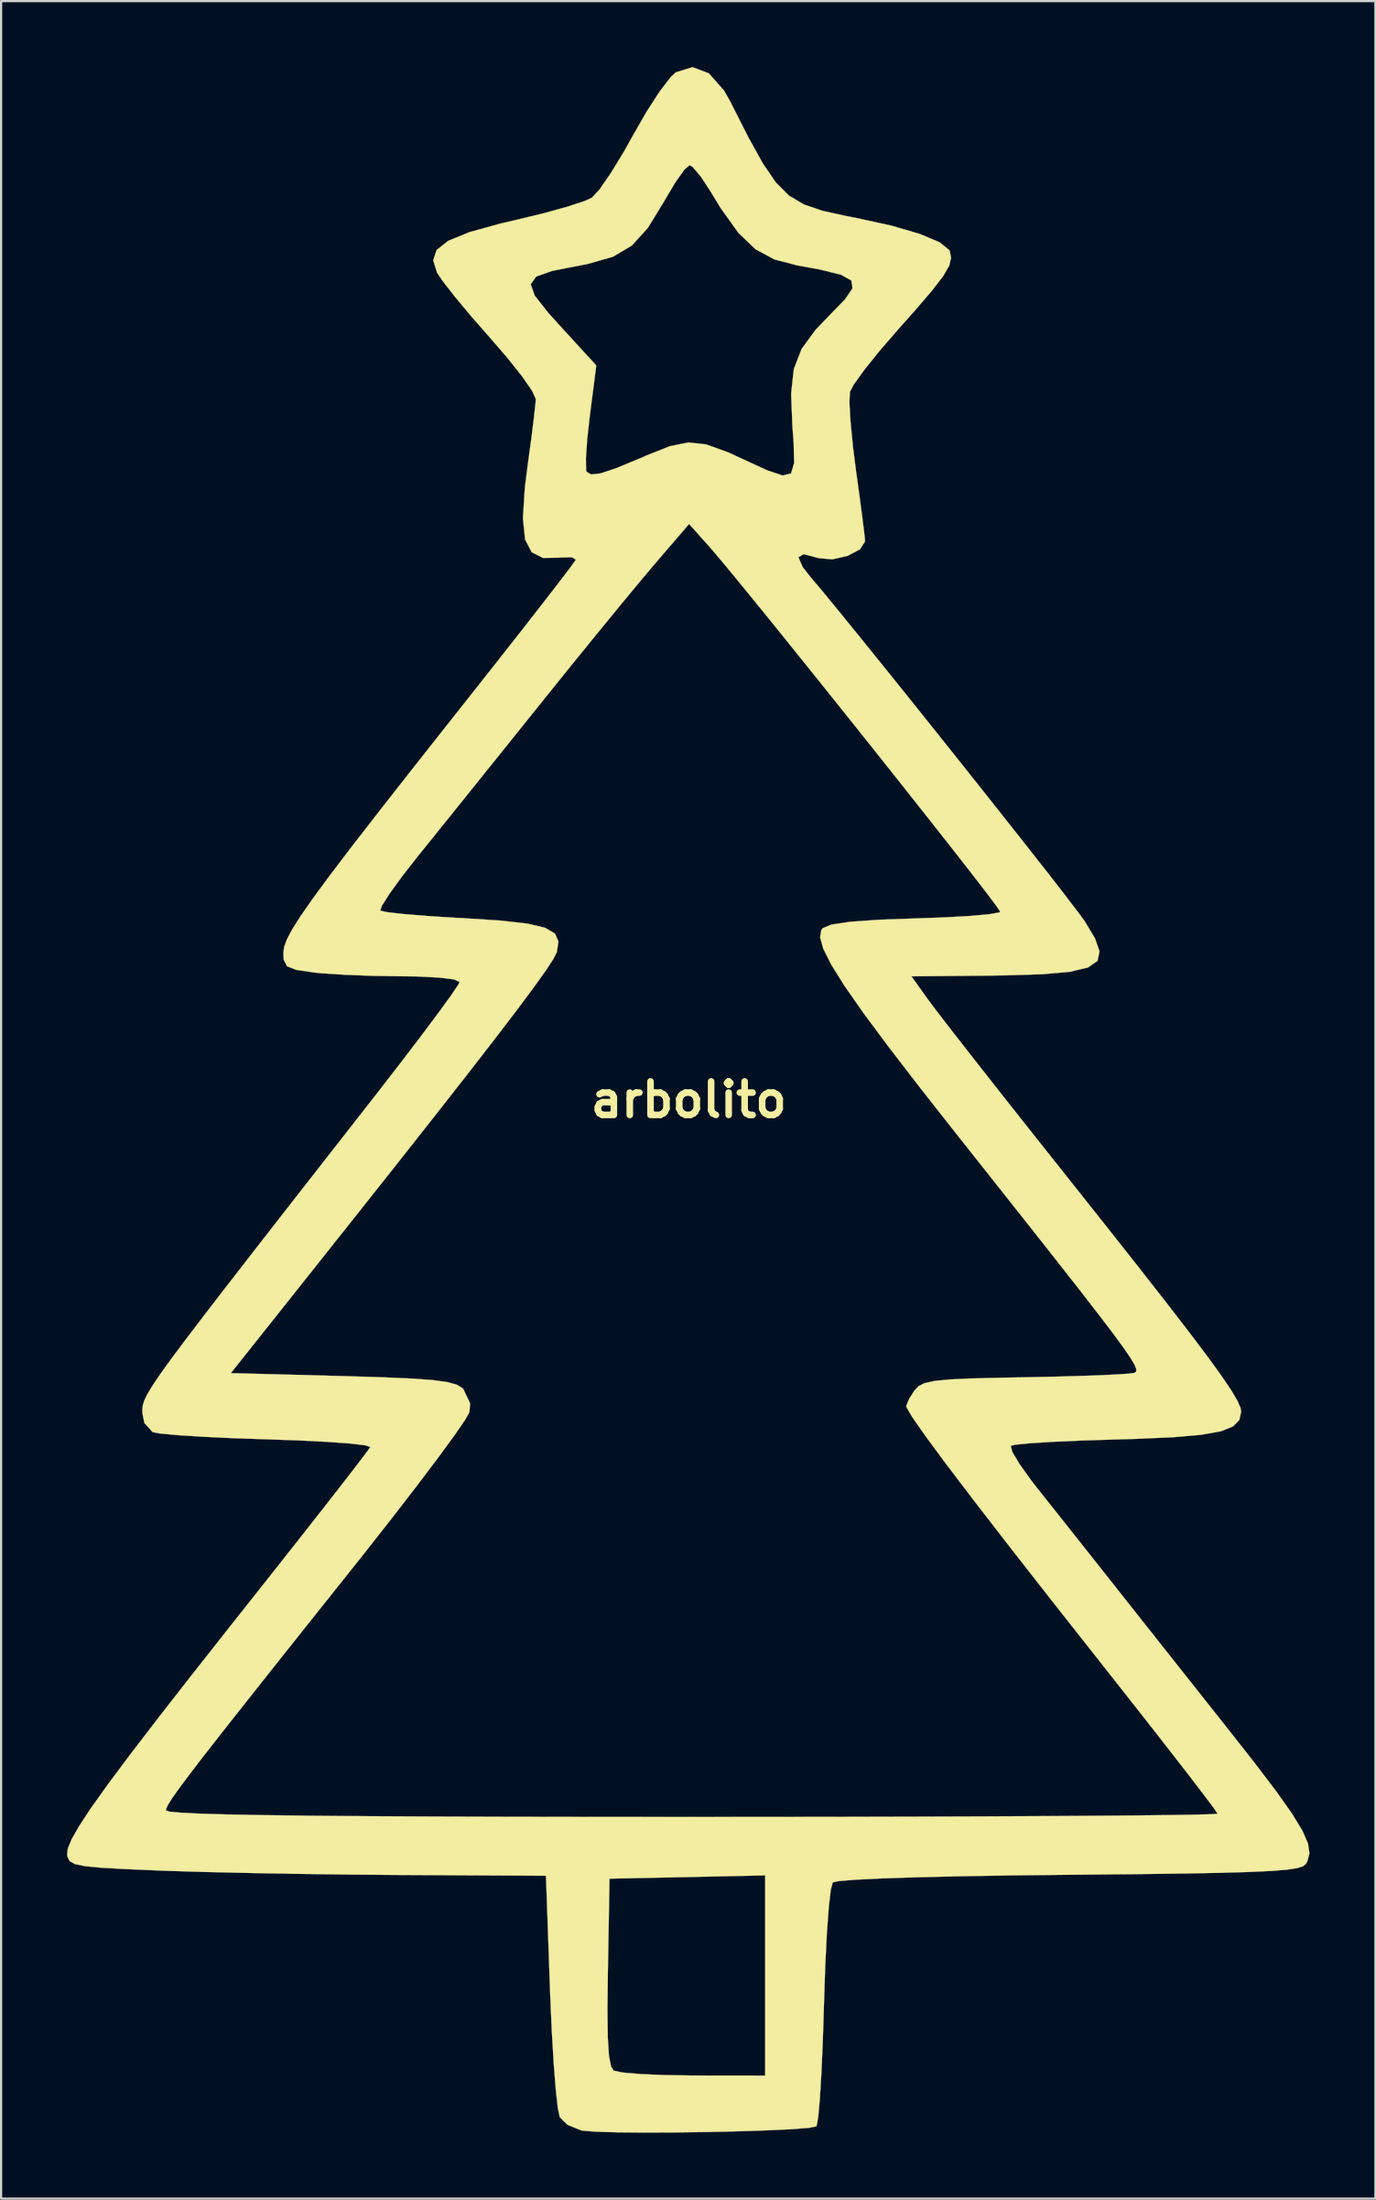
<source format=kicad_pcb>
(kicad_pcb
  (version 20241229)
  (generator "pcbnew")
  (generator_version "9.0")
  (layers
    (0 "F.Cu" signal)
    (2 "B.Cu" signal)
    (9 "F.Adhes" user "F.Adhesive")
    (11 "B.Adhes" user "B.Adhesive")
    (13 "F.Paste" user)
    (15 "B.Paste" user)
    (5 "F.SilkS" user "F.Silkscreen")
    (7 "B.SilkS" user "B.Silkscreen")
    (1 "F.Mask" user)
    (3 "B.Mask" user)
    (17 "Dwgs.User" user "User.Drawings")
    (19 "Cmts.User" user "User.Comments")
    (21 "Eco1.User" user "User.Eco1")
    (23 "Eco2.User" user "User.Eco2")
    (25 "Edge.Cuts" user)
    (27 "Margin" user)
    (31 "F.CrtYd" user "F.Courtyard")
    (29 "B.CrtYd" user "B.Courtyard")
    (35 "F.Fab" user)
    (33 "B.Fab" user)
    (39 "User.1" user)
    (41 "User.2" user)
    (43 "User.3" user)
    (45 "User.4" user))
  (footprint "arbolito"
    (layer "F.Cu")
    (at 28.292 46.97)
    (property "Reference" "arbolito" (at 0 0 0) (layer "F.SilkS") (effects (font (size 1.524 1.524) (thickness 0.3))))
    (attr through_hole)
    (fp_poly (pts (xy 0.913 -46.683) (xy 1.607 -45.896) (xy 1.888 -45.396) (xy 2.704 -43.786) (xy 3.369 -42.586) (xy 3.96 -41.723) (xy 4.557 -41.125) (xy 5.239 -40.719) (xy 6.084 -40.432) (xy 7.17 -40.192) (xy 7.62 -40.106) (xy 9.224 -39.756) (xy 10.51 -39.38) (xy 11.41 -39.001) (xy 11.854 -38.643) (xy 11.874 -38.602) (xy 11.935 -38.297) (xy 11.853 -37.944) (xy 11.58 -37.471) (xy 11.068 -36.805) (xy 10.27 -35.875) (xy 9.51 -35.022) (xy 8.679 -34.062) (xy 7.984 -33.197) (xy 7.506 -32.531) (xy 7.33 -32.199) (xy 7.307 -31.718) (xy 7.357 -30.842) (xy 7.469 -29.702) (xy 7.603 -28.647) (xy 7.77 -27.427) (xy 7.906 -26.399) (xy 7.994 -25.68) (xy 8.021 -25.398) (xy 7.788 -25.035) (xy 7.223 -24.738) (xy 6.531 -24.58) (xy 5.915 -24.634) (xy 5.905 -24.638) (xy 5.23 -24.815) (xy 4.987 -24.679) (xy 5.178 -24.233) (xy 5.531 -23.783) (xy 6.096 -23.111) (xy 6.907 -22.124) (xy 7.915 -20.884) (xy 9.071 -19.452) (xy 10.326 -17.89) (xy 11.63 -16.259) (xy 12.935 -14.621) (xy 14.192 -13.037) (xy 15.352 -11.569) (xy 16.366 -10.278) (xy 17.184 -9.225) (xy 17.758 -8.472) (xy 18.023 -8.107) (xy 18.483 -7.339) (xy 18.689 -6.751) (xy 18.597 -6.318) (xy 18.164 -6.017) (xy 17.346 -5.822) (xy 16.099 -5.71) (xy 14.379 -5.657) (xy 13.552 -5.646) (xy 10.127 -5.615) (xy 10.944 -4.478) (xy 11.317 -3.983) (xy 11.973 -3.133) (xy 12.865 -1.991) (xy 13.942 -0.621) (xy 15.155 0.915) (xy 16.454 2.553) (xy 16.869 3.075) (xy 18.797 5.502) (xy 20.414 7.548) (xy 21.744 9.247) (xy 22.812 10.631) (xy 23.643 11.734) (xy 24.263 12.592) (xy 24.697 13.236) (xy 24.969 13.701) (xy 25.105 14.02) (xy 25.133 14.184) (xy 25.049 14.566) (xy 24.759 14.859) (xy 24.203 15.079) (xy 23.319 15.237) (xy 22.049 15.348) (xy 20.332 15.424) (xy 19.384 15.451) (xy 17.876 15.498) (xy 16.556 15.557) (xy 15.517 15.623) (xy 14.851 15.69) (xy 14.649 15.739) (xy 14.717 16.012) (xy 15.061 16.587) (xy 15.616 17.359) (xy 15.852 17.662) (xy 16.555 18.546) (xy 17.476 19.707) (xy 18.503 21.003) (xy 19.522 22.291) (xy 19.652 22.455) (xy 20.797 23.903) (xy 22.095 25.542) (xy 23.38 27.163) (xy 24.407 28.458) (xy 25.725 30.133) (xy 26.73 31.455) (xy 27.452 32.475) (xy 27.923 33.25) (xy 28.175 33.832) (xy 28.239 34.275) (xy 28.146 34.634) (xy 28.077 34.758) (xy 27.95 34.861) (xy 27.678 34.947) (xy 27.213 35.018) (xy 26.508 35.075) (xy 25.513 35.122) (xy 24.182 35.16) (xy 22.465 35.192) (xy 20.316 35.22) (xy 17.687 35.245) (xy 17.322 35.248) (xy 14.722 35.276) (xy 12.404 35.315) (xy 10.411 35.361) (xy 8.785 35.415) (xy 7.57 35.474) (xy 6.81 35.537) (xy 6.551 35.595) (xy 6.459 35.935) (xy 6.368 36.732) (xy 6.282 37.906) (xy 6.208 39.379) (xy 6.152 41.071) (xy 6.149 41.166) (xy 6.098 42.802) (xy 6.034 44.256) (xy 5.962 45.442) (xy 5.887 46.275) (xy 5.815 46.672) (xy 5.805 46.689) (xy 5.485 46.756) (xy 4.732 46.817) (xy 3.644 46.87) (xy 2.324 46.914) (xy 0.872 46.948) (xy -0.612 46.968) (xy -2.027 46.974) (xy -3.273 46.963) (xy -4.249 46.934) (xy -4.854 46.885) (xy -4.88 46.881) (xy -5.516 46.624) (xy -5.87 46.277) (xy -5.958 45.871) (xy -6.053 45.021) (xy -6.147 43.817) (xy -6.234 42.352) (xy -6.276 41.4) (xy -3.702 41.4) (xy -3.687 42.644) (xy -3.634 43.478) (xy -3.54 43.965) (xy -3.416 44.158) (xy -3.028 44.242) (xy -2.222 44.312) (xy -1.116 44.36) (xy 0.174 44.379) (xy 0.201 44.379) (xy 3.476 44.383) (xy 3.476 35.277) (xy -0.067 35.352) (xy -3.609 35.426) (xy -3.683 39.684) (xy -3.702 41.4) (xy -6.276 41.4) (xy -6.306 40.715) (xy -6.312 40.547) (xy -6.499 35.293) (xy -13.209 35.257) (xy -15.355 35.24) (xy -17.602 35.21) (xy -19.806 35.171) (xy -21.822 35.126) (xy -23.507 35.077) (xy -24.063 35.057) (xy -25.636 34.99) (xy -26.754 34.927) (xy -27.496 34.854) (xy -27.943 34.758) (xy -28.173 34.624) (xy -28.268 34.44) (xy -28.287 34.338) (xy -28.255 34.054) (xy -28.08 33.629) (xy -27.739 33.031) (xy -27.273 32.323) (xy -23.796 32.323) (xy -23.627 32.379) (xy -23.108 32.427) (xy -22.221 32.47) (xy -20.947 32.507) (xy -19.267 32.538) (xy -17.163 32.564) (xy -14.616 32.585) (xy -11.607 32.6) (xy -8.119 32.611) (xy -4.132 32.617) (xy 0.134 32.619) (xy 3.66 32.617) (xy 7.03 32.613) (xy 10.205 32.605) (xy 13.148 32.595) (xy 15.82 32.583) (xy 18.185 32.568) (xy 20.203 32.552) (xy 21.839 32.534) (xy 23.052 32.515) (xy 23.806 32.494) (xy 24.063 32.473) (xy 23.903 32.235) (xy 23.45 31.63) (xy 22.741 30.706) (xy 21.817 29.515) (xy 20.715 28.106) (xy 19.476 26.531) (xy 18.625 25.454) (xy 16.412 22.647) (xy 14.515 20.222) (xy 12.937 18.181) (xy 11.684 16.532) (xy 10.758 15.279) (xy 10.164 14.427) (xy 9.905 13.981) (xy 9.893 13.931) (xy 10.035 13.586) (xy 10.272 13.219) (xy 10.451 13.029) (xy 10.723 12.889) (xy 11.169 12.79) (xy 11.867 12.721) (xy 12.899 12.674) (xy 14.344 12.639) (xy 15.285 12.622) (xy 16.824 12.59) (xy 18.188 12.549) (xy 19.283 12.504) (xy 20.013 12.458) (xy 20.271 12.423) (xy 20.35 12.373) (xy 20.367 12.268) (xy 20.296 12.076) (xy 20.112 11.761) (xy 19.79 11.289) (xy 19.304 10.626) (xy 18.627 9.738) (xy 17.736 8.589) (xy 16.604 7.147) (xy 15.205 5.376) (xy 13.515 3.241) (xy 12.322 1.738) (xy 10.545 -0.52) (xy 9.093 -2.405) (xy 7.946 -3.949) (xy 7.083 -5.186) (xy 6.481 -6.149) (xy 6.119 -6.87) (xy 5.976 -7.383) (xy 6.03 -7.72) (xy 6.096 -7.807) (xy 6.495 -7.969) (xy 7.349 -8.096) (xy 8.686 -8.19) (xy 10.304 -8.248) (xy 11.672 -8.297) (xy 12.828 -8.363) (xy 13.677 -8.44) (xy 14.125 -8.521) (xy 14.171 -8.553) (xy 14.01 -8.796) (xy 13.556 -9.401) (xy 12.853 -10.312) (xy 11.943 -11.475) (xy 10.871 -12.836) (xy 9.68 -14.341) (xy 8.414 -15.934) (xy 7.115 -17.561) (xy 5.827 -19.168) (xy 4.594 -20.701) (xy 3.46 -22.104) (xy 2.466 -23.324) (xy 1.658 -24.305) (xy 1.078 -24.994) (xy 0.904 -25.193) (xy 0.013 -26.189) (xy -1.533 -24.391) (xy -2.18 -23.624) (xy -3.081 -22.535) (xy -4.158 -21.221) (xy -5.332 -19.777) (xy -6.523 -18.299) (xy -6.725 -18.047) (xy -7.948 -16.524) (xy -9.197 -14.97) (xy -10.384 -13.493) (xy -11.422 -12.203) (xy -12.222 -11.211) (xy -12.286 -11.133) (xy -13.03 -10.182) (xy -13.61 -9.384) (xy -13.965 -8.827) (xy -14.04 -8.604) (xy -13.728 -8.532) (xy -12.985 -8.448) (xy -11.913 -8.36) (xy -10.615 -8.278) (xy -10.251 -8.258) (xy -8.559 -8.15) (xy -7.341 -8.012) (xy -6.537 -7.822) (xy -6.087 -7.557) (xy -5.93 -7.196) (xy -6.006 -6.716) (xy -6.007 -6.711) (xy -6.159 -6.41) (xy -6.502 -5.885) (xy -7.054 -5.113) (xy -7.832 -4.069) (xy -8.854 -2.732) (xy -10.138 -1.077) (xy -11.703 0.918) (xy -13.565 3.277) (xy -15.742 6.022) (xy -16.268 6.684) (xy -20.838 12.433) (xy -15.775 12.566) (xy -13.955 12.621) (xy -12.596 12.68) (xy -11.624 12.752) (xy -10.966 12.844) (xy -10.547 12.964) (xy -10.295 13.12) (xy -10.268 13.145) (xy -9.95 13.809) (xy -9.985 14.215) (xy -10.188 14.574) (xy -10.685 15.293) (xy -11.433 16.313) (xy -12.39 17.579) (xy -13.513 19.033) (xy -14.76 20.62) (xy -15.266 21.256) (xy -17.193 23.673) (xy -18.812 25.708) (xy -20.148 27.393) (xy -21.228 28.762) (xy -22.078 29.849) (xy -22.723 30.688) (xy -23.189 31.313) (xy -23.504 31.758) (xy -23.692 32.056) (xy -23.78 32.241) (xy -23.796 32.323) (xy -27.273 32.323) (xy -27.21 32.227) (xy -26.467 31.185) (xy -25.49 29.874) (xy -24.253 28.261) (xy -22.735 26.314) (xy -20.912 24.001) (xy -19.919 22.748) (xy -18.618 21.104) (xy -17.426 19.592) (xy -16.384 18.264) (xy -15.532 17.169) (xy -14.91 16.361) (xy -14.558 15.89) (xy -14.494 15.792) (xy -14.721 15.715) (xy -15.4 15.635) (xy -16.447 15.559) (xy -17.781 15.492) (xy -19.173 15.444) (xy -20.742 15.391) (xy -22.147 15.325) (xy -23.292 15.251) (xy -24.08 15.176) (xy -24.397 15.115) (xy -24.769 14.705) (xy -24.865 14.245) (xy -24.863 14.065) (xy -24.84 13.883) (xy -24.772 13.669) (xy -24.637 13.389) (xy -24.409 13.011) (xy -24.067 12.503) (xy -23.585 11.833) (xy -22.94 10.968) (xy -22.109 9.877) (xy -21.068 8.526) (xy -19.794 6.885) (xy -18.262 4.919) (xy -16.448 2.598) (xy -14.33 -0.111) (xy -14.251 -0.212) (xy -13.165 -1.612) (xy -12.198 -2.878) (xy -11.398 -3.947) (xy -10.81 -4.757) (xy -10.481 -5.247) (xy -10.427 -5.359) (xy -10.677 -5.472) (xy -11.359 -5.558) (xy -12.369 -5.609) (xy -13.034 -5.617) (xy -14.358 -5.636) (xy -15.661 -5.686) (xy -16.728 -5.756) (xy -17.045 -5.788) (xy -17.863 -5.909) (xy -18.28 -6.072) (xy -18.431 -6.362) (xy -18.448 -6.686) (xy -18.413 -6.949) (xy -18.291 -7.287) (xy -18.054 -7.737) (xy -17.678 -8.334) (xy -17.135 -9.114) (xy -16.401 -10.113) (xy -15.449 -11.367) (xy -14.252 -12.912) (xy -12.785 -14.784) (xy -11.022 -17.018) (xy -10.026 -18.276) (xy -8.795 -19.835) (xy -7.674 -21.26) (xy -6.708 -22.498) (xy -5.937 -23.493) (xy -5.405 -24.191) (xy -5.154 -24.539) (xy -5.14 -24.563) (xy -5.313 -24.676) (xy -5.835 -24.662) (xy -5.877 -24.656) (xy -6.632 -24.644) (xy -7.15 -24.904) (xy -7.449 -25.486) (xy -7.547 -26.443) (xy -7.461 -27.827) (xy -7.322 -28.928) (xy -7.166 -30.069) (xy -7.044 -31.044) (xy -6.972 -31.706) (xy -6.961 -31.872) (xy -7.128 -32.243) (xy -7.589 -32.907) (xy -8.272 -33.766) (xy -9.024 -34.635) (xy -9.888 -35.62) (xy -10.644 -36.526) (xy -11.085 -37.092) (xy -7.197 -37.092) (xy -7.007 -36.569) (xy -6.397 -35.795) (xy -5.865 -35.205) (xy -4.21 -33.398) (xy -4.506 -31.103) (xy -4.624 -30.037) (xy -4.682 -29.173) (xy -4.674 -28.646) (xy -4.651 -28.564) (xy -4.443 -28.44) (xy -4.015 -28.489) (xy -3.288 -28.732) (xy -2.181 -29.192) (xy -1.905 -29.313) (xy -0.855 -29.728) (xy -0.019 -29.895) (xy 0.792 -29.806) (xy 1.767 -29.455) (xy 2.449 -29.143) (xy 3.562 -28.63) (xy 4.27 -28.393) (xy 4.653 -28.487) (xy 4.794 -28.964) (xy 4.771 -29.878) (xy 4.715 -30.634) (xy 4.656 -32.113) (xy 4.778 -33.232) (xy 5.134 -34.152) (xy 5.779 -35.031) (xy 6.426 -35.702) (xy 7.111 -36.407) (xy 7.449 -36.907) (xy 7.4 -37.26) (xy 6.926 -37.524) (xy 5.99 -37.757) (xy 4.946 -37.948) (xy 3.896 -38.22) (xy 3.035 -38.684) (xy 2.258 -39.428) (xy 1.459 -40.543) (xy 1.013 -41.275) (xy 0.564 -41.966) (xy 0.189 -42.415) (xy 0.034 -42.512) (xy -0.211 -42.294) (xy -0.615 -41.722) (xy -1.095 -40.915) (xy -1.126 -40.859) (xy -1.864 -39.655) (xy -2.591 -38.853) (xy -3.453 -38.342) (xy -4.597 -38.015) (xy -4.997 -37.939) (xy -6.217 -37.698) (xy -6.942 -37.442) (xy -7.197 -37.092) (xy -11.085 -37.092) (xy -11.203 -37.243) (xy -11.456 -37.621) (xy -11.63 -38.181) (xy -11.472 -38.655) (xy -10.936 -39.072) (xy -9.976 -39.463) (xy -8.546 -39.858) (xy -7.846 -40.021) (xy -6.615 -40.318) (xy -5.537 -40.615) (xy -4.746 -40.874) (xy -4.412 -41.025) (xy -4.064 -41.401) (xy -3.554 -42.136) (xy -2.959 -43.11) (xy -2.545 -43.85) (xy -1.927 -44.928) (xy -1.328 -45.854) (xy -0.831 -46.506) (xy -0.596 -46.728) (xy 0.169 -46.965) (xy 0.913 -46.683)) (stroke (width 0.01) (type solid)) (fill yes) (layer "F.SilkS")))
  (gr_rect
    (start -3 -3)
    (end 59.535 96.949)
    (stroke (width 0.1) (type default))
    (fill no)
    (layer "Edge.Cuts")))
</source>
